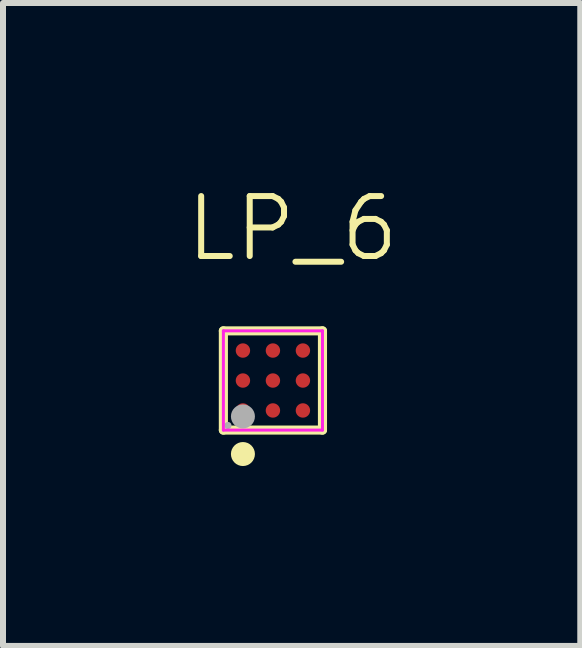
<source format=kicad_pcb>
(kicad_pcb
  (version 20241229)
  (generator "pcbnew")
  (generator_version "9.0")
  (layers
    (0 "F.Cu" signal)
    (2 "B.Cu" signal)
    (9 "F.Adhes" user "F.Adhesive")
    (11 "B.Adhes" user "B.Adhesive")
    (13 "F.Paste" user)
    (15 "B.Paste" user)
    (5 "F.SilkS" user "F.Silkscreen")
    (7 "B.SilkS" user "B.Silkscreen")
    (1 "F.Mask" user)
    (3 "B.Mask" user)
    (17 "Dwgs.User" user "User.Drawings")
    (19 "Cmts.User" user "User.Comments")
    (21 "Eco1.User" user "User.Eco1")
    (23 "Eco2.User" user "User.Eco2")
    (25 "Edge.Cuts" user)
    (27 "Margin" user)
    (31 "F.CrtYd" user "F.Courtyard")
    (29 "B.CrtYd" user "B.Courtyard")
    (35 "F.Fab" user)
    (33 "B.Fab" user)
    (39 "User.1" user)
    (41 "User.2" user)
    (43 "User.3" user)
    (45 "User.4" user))
  (footprint "LP_6"
    (layer "F.Cu")
    (at 1.5 3.293)
    (property "Reference" "LP_6" (at -1.5 -2.532 0) (layer "F.SilkS") (effects (font (size 1 1) (thickness 0.1)) (justify left)))
    (fp_line (start -0.826 -0.827) (end 0.826 -0.827) (stroke (width 0.152) (type solid)) (layer "F.SilkS"))
    (fp_line (start -0.826 0.827) (end -0.826 -0.827) (stroke (width 0.152) (type solid)) (layer "F.SilkS"))
    (fp_line (start 0.826 -0.827) (end 0.826 0.827) (stroke (width 0.152) (type solid)) (layer "F.SilkS"))
    (fp_line (start 0.826 0.827) (end -0.826 0.827) (stroke (width 0.152) (type solid)) (layer "F.SilkS"))
    (fp_arc (start -0.4 1.2265) (mid -0.6 1.2265) (end -0.4 1.2265) (stroke (width 0.2) (type solid)) (layer "F.SilkS"))
    (fp_poly (pts (xy -0.66 -0.395) (xy -0.66 -0.605) (xy -0.605 -0.649) (xy -0.396 -0.649) (xy -0.359 -0.605) (xy -0.359 -0.395) (xy -0.396 -0.349) (xy -0.605 -0.349) (xy -0.66 -0.395)) (stroke (width 0) (type solid)) (fill yes) (layer "F.Paste"))
    (fp_poly (pts (xy -0.66 0.105) (xy -0.66 -0.104) (xy -0.605 -0.149) (xy -0.396 -0.149) (xy -0.359 -0.104) (xy -0.359 0.105) (xy -0.396 0.15) (xy -0.605 0.15) (xy -0.66 0.105)) (stroke (width 0) (type solid)) (fill yes) (layer "F.Paste"))
    (fp_poly (pts (xy -0.66 0.606) (xy -0.66 0.396) (xy -0.605 0.351) (xy -0.396 0.351) (xy -0.359 0.396) (xy -0.359 0.606) (xy -0.396 0.65) (xy -0.605 0.65) (xy -0.66 0.606)) (stroke (width 0) (type solid)) (fill yes) (layer "F.Paste"))
    (fp_poly (pts (xy -0.16 -0.395) (xy -0.16 -0.605) (xy -0.105 -0.649) (xy 0.105 -0.649) (xy 0.15 -0.605) (xy 0.15 -0.395) (xy 0.105 -0.349) (xy -0.105 -0.349) (xy -0.16 -0.395)) (stroke (width 0) (type solid)) (fill yes) (layer "F.Paste"))
    (fp_poly (pts (xy -0.16 0.105) (xy -0.16 -0.104) (xy -0.105 -0.149) (xy 0.105 -0.149) (xy 0.15 -0.104) (xy 0.15 0.105) (xy 0.105 0.15) (xy -0.105 0.15) (xy -0.16 0.105)) (stroke (width 0) (type solid)) (fill yes) (layer "F.Paste"))
    (fp_poly (pts (xy -0.16 0.606) (xy -0.16 0.396) (xy -0.105 0.351) (xy 0.105 0.351) (xy 0.15 0.396) (xy 0.15 0.606) (xy 0.105 0.65) (xy -0.105 0.65) (xy -0.16 0.606)) (stroke (width 0) (type solid)) (fill yes) (layer "F.Paste"))
    (fp_poly (pts (xy 0.35 -0.395) (xy 0.35 -0.605) (xy 0.395 -0.649) (xy 0.605 -0.649) (xy 0.65 -0.605) (xy 0.65 -0.395) (xy 0.605 -0.349) (xy 0.395 -0.349) (xy 0.35 -0.395)) (stroke (width 0) (type solid)) (fill yes) (layer "F.Paste"))
    (fp_poly (pts (xy 0.35 0.105) (xy 0.35 -0.104) (xy 0.395 -0.149) (xy 0.605 -0.149) (xy 0.65 -0.104) (xy 0.65 0.105) (xy 0.605 0.15) (xy 0.395 0.15) (xy 0.35 0.105)) (stroke (width 0) (type solid)) (fill yes) (layer "F.Paste"))
    (fp_poly (pts (xy 0.35 0.606) (xy 0.35 0.396) (xy 0.395 0.351) (xy 0.605 0.351) (xy 0.65 0.396) (xy 0.65 0.606) (xy 0.605 0.65) (xy 0.395 0.65) (xy 0.35 0.606)) (stroke (width 0) (type solid)) (fill yes) (layer "F.Paste"))
    (fp_line (start -0.826 -0.827) (end -0.826 0.827) (stroke (width 0.05) (type solid)) (layer "F.CrtYd"))
    (fp_line (start -0.826 0.827) (end 0.826 0.827) (stroke (width 0.05) (type solid)) (layer "F.CrtYd"))
    (fp_line (start 0.826 -0.827) (end -0.826 -0.827) (stroke (width 0.05) (type solid)) (layer "F.CrtYd"))
    (fp_line (start 0.826 0.827) (end 0.826 -0.827) (stroke (width 0.05) (type solid)) (layer "F.CrtYd"))
    (fp_arc (start -0.72 0.7505) (mid -0.78 0.7505) (end -0.72 0.7505) (stroke (width 0.06) (type solid)) (layer "F.Fab"))
    (fp_arc (start -0.4 0.5995) (mid -0.6 0.5995) (end -0.4 0.5995) (stroke (width 0.2) (type solid)) (layer "F.Fab"))
    (pad "A1" smd circle (at -0.5 0.5) (size 0.24 0.24) (layers "F.Cu" "F.Mask"))
    (pad "A2" smd circle (at -0.5 0.001) (size 0.24 0.24) (layers "F.Cu" "F.Mask"))
    (pad "A3" smd circle (at -0.5 -0.499) (size 0.24 0.24) (layers "F.Cu" "F.Mask"))
    (pad "B1" smd circle (at 0 0.5) (size 0.24 0.24) (layers "F.Cu" "F.Mask"))
    (pad "B2" smd circle (at 0 0.001) (size 0.24 0.24) (layers "F.Cu" "F.Mask"))
    (pad "B3" smd circle (at 0 -0.499) (size 0.24 0.24) (layers "F.Cu" "F.Mask"))
    (pad "C1" smd circle (at 0.5 0.5) (size 0.24 0.24) (layers "F.Cu" "F.Mask"))
    (pad "C2" smd circle (at 0.5 0.001) (size 0.24 0.24) (layers "F.Cu" "F.Mask"))
    (pad "C3" smd circle (at 0.5 -0.499) (size 0.24 0.24) (layers "F.Cu" "F.Mask")))
  (gr_rect
    (start -3 -3)
    (end 6.624 7.719)
    (stroke (width 0.1) (type default))
    (fill no)
    (layer "Edge.Cuts")))
</source>
